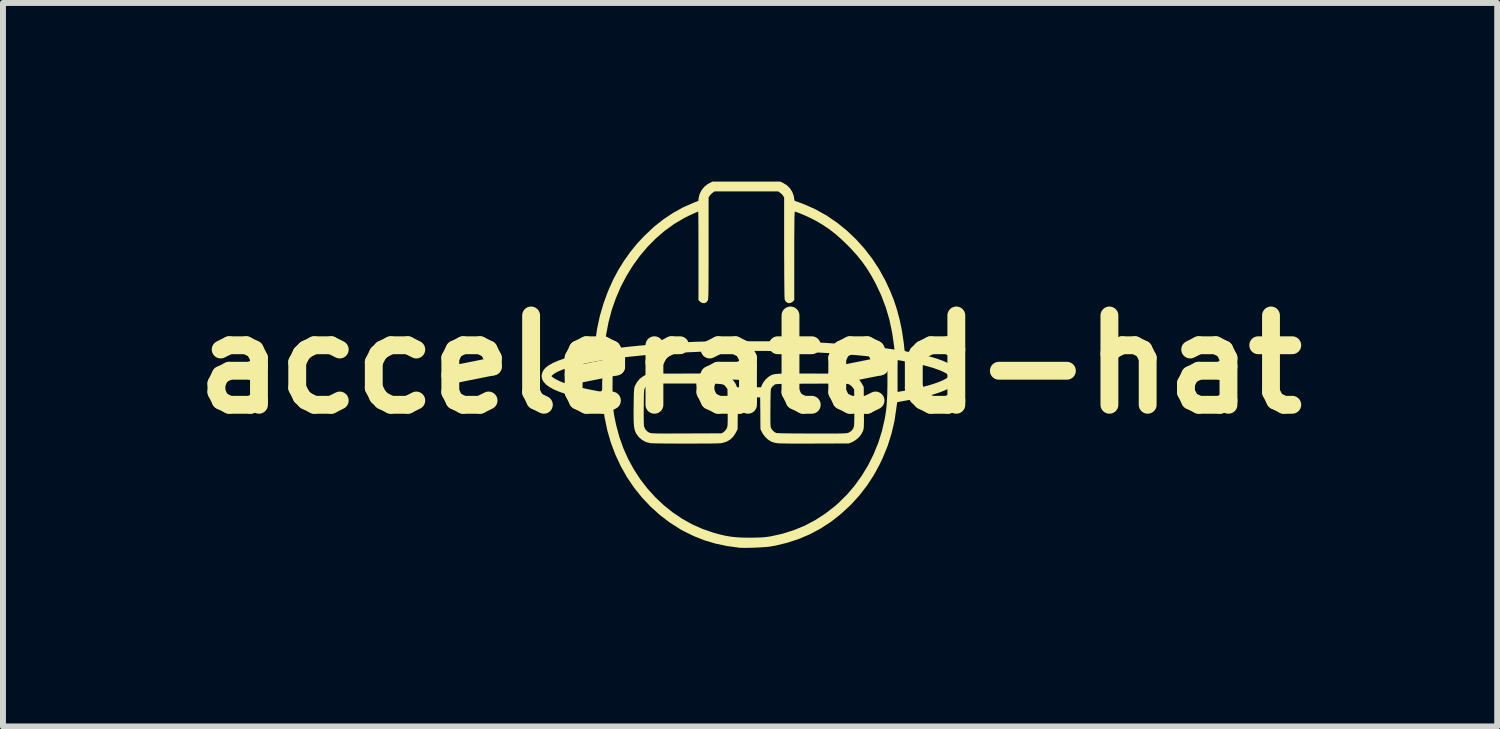
<source format=kicad_pcb>
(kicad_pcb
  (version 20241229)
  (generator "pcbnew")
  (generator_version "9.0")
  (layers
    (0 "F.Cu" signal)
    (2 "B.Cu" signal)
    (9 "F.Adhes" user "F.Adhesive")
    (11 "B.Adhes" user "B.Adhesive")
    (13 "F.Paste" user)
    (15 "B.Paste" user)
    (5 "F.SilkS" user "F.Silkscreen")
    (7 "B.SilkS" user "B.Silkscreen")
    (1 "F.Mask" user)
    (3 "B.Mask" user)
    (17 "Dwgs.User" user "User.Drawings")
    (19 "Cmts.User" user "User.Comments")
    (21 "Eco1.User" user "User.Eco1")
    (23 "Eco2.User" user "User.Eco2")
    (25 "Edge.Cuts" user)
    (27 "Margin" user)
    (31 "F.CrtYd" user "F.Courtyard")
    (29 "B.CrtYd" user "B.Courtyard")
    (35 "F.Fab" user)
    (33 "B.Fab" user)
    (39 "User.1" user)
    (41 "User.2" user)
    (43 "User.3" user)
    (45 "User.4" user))
  (footprint "accelerated-hat"
    (layer "F.Cu")
    (at 9.55 3.071)
    (property "Reference" "accelerated-hat" (at 0 0 0) (layer "F.SilkS") (effects (font (size 1.5 1.5) (thickness 0.3))))
    (attr board_only exclude_from_pos_files exclude_from_bom)
    (fp_poly (pts (xy 0.841 0.153) (xy 0.951 0.153) (xy 1.065 0.154) (xy 1.676 0.156) (xy 1.726 0.18) (xy 1.79 0.219) (xy 1.842 0.269) (xy 1.878 0.323) (xy 1.909 0.38) (xy 1.911 0.725) (xy 1.912 0.813) (xy 1.912 0.885) (xy 1.913 0.942) (xy 1.912 0.988) (xy 1.911 1.024) (xy 1.91 1.051) (xy 1.908 1.072) (xy 1.905 1.088) (xy 1.901 1.102) (xy 1.897 1.116) (xy 1.894 1.123) (xy 1.867 1.174) (xy 1.828 1.224) (xy 1.779 1.267) (xy 1.727 1.299) (xy 1.712 1.306) (xy 1.658 1.328) (xy 1.089 1.33) (xy 0.974 1.331) (xy 0.868 1.331) (xy 0.77 1.331) (xy 0.683 1.33) (xy 0.608 1.329) (xy 0.546 1.328) (xy 0.499 1.327) (xy 0.467 1.325) (xy 0.456 1.324) (xy 0.416 1.317) (xy 0.377 1.305) (xy 0.351 1.295) (xy 0.303 1.265) (xy 0.257 1.222) (xy 0.219 1.173) (xy 0.198 1.138) (xy 0.174 1.086) (xy 0.172 0.884) (xy 0.341 0.884) (xy 0.341 0.94) (xy 0.342 0.982) (xy 0.343 1.015) (xy 0.345 1.038) (xy 0.347 1.055) (xy 0.35 1.067) (xy 0.353 1.072) (xy 0.378 1.108) (xy 0.411 1.137) (xy 0.443 1.153) (xy 0.456 1.154) (xy 0.486 1.155) (xy 0.53 1.157) (xy 0.588 1.158) (xy 0.657 1.159) (xy 0.736 1.16) (xy 0.823 1.16) (xy 0.918 1.161) (xy 1.017 1.161) (xy 1.046 1.161) (xy 1.162 1.161) (xy 1.262 1.161) (xy 1.346 1.161) (xy 1.417 1.161) (xy 1.475 1.161) (xy 1.523 1.16) (xy 1.56 1.159) (xy 1.589 1.158) (xy 1.612 1.156) (xy 1.628 1.154) (xy 1.641 1.152) (xy 1.651 1.149) (xy 1.659 1.145) (xy 1.659 1.145) (xy 1.702 1.117) (xy 1.732 1.076) (xy 1.744 1.044) (xy 1.747 1.024) (xy 1.749 0.987) (xy 1.75 0.934) (xy 1.751 0.866) (xy 1.751 0.784) (xy 1.751 0.716) (xy 1.748 0.423) (xy 1.726 0.391) (xy 1.703 0.365) (xy 1.675 0.343) (xy 1.67 0.34) (xy 1.664 0.336) (xy 1.656 0.333) (xy 1.647 0.331) (xy 1.635 0.328) (xy 1.618 0.327) (xy 1.595 0.325) (xy 1.565 0.324) (xy 1.526 0.324) (xy 1.478 0.323) (xy 1.418 0.323) (xy 1.346 0.323) (xy 1.26 0.323) (xy 1.159 0.323) (xy 1.041 0.324) (xy 1.034 0.324) (xy 0.915 0.324) (xy 0.813 0.325) (xy 0.727 0.325) (xy 0.654 0.326) (xy 0.594 0.327) (xy 0.545 0.327) (xy 0.506 0.328) (xy 0.476 0.33) (xy 0.454 0.331) (xy 0.437 0.333) (xy 0.425 0.335) (xy 0.417 0.338) (xy 0.411 0.341) (xy 0.406 0.345) (xy 0.382 0.366) (xy 0.363 0.388) (xy 0.358 0.395) (xy 0.354 0.404) (xy 0.351 0.415) (xy 0.348 0.432) (xy 0.346 0.455) (xy 0.345 0.488) (xy 0.344 0.531) (xy 0.343 0.586) (xy 0.342 0.656) (xy 0.342 0.729) (xy 0.341 0.815) (xy 0.341 0.884) (xy 0.172 0.884) (xy 0.172 0.82) (xy 0.169 0.554) (xy -0.018 0.554) (xy -0.204 0.554) (xy -0.207 0.821) (xy -0.21 1.087) (xy -0.239 1.146) (xy -0.281 1.211) (xy -0.333 1.262) (xy -0.397 1.299) (xy -0.47 1.321) (xy -0.485 1.324) (xy -0.505 1.325) (xy -0.541 1.327) (xy -0.591 1.328) (xy -0.653 1.329) (xy -0.725 1.329) (xy -0.805 1.33) (xy -0.891 1.33) (xy -0.981 1.331) (xy -1.074 1.331) (xy -1.166 1.331) (xy -1.257 1.33) (xy -1.345 1.33) (xy -1.426 1.329) (xy -1.5 1.328) (xy -1.564 1.327) (xy -1.617 1.326) (xy -1.656 1.324) (xy -1.68 1.323) (xy -1.683 1.322) (xy -1.75 1.304) (xy -1.813 1.27) (xy -1.868 1.223) (xy -1.91 1.167) (xy -1.918 1.152) (xy -1.929 1.128) (xy -1.938 1.102) (xy -1.945 1.071) (xy -1.95 1.034) (xy -1.954 0.989) (xy -1.956 0.933) (xy -1.957 0.865) (xy -1.957 0.814) (xy -1.787 0.814) (xy -1.787 0.894) (xy -1.786 0.958) (xy -1.784 1.006) (xy -1.782 1.037) (xy -1.78 1.047) (xy -1.757 1.095) (xy -1.721 1.131) (xy -1.695 1.145) (xy -1.687 1.149) (xy -1.678 1.152) (xy -1.666 1.154) (xy -1.65 1.156) (xy -1.629 1.158) (xy -1.601 1.159) (xy -1.565 1.16) (xy -1.52 1.16) (xy -1.464 1.161) (xy -1.396 1.161) (xy -1.314 1.161) (xy -1.218 1.16) (xy -1.106 1.16) (xy -1.068 1.16) (xy -0.478 1.158) (xy -0.445 1.137) (xy -0.417 1.112) (xy -0.394 1.078) (xy -0.394 1.078) (xy -0.389 1.067) (xy -0.385 1.056) (xy -0.382 1.042) (xy -0.379 1.024) (xy -0.378 1) (xy -0.377 0.967) (xy -0.376 0.925) (xy -0.376 0.87) (xy -0.377 0.801) (xy -0.377 0.727) (xy -0.38 0.414) (xy -0.406 0.381) (xy -0.414 0.369) (xy -0.422 0.36) (xy -0.431 0.351) (xy -0.442 0.344) (xy -0.456 0.338) (xy -0.474 0.334) (xy -0.499 0.33) (xy -0.531 0.327) (xy -0.572 0.325) (xy -0.622 0.324) (xy -0.684 0.323) (xy -0.758 0.322) (xy -0.846 0.322) (xy -0.95 0.322) (xy -1.069 0.322) (xy -1.082 0.322) (xy -1.199 0.322) (xy -1.3 0.322) (xy -1.386 0.322) (xy -1.458 0.322) (xy -1.517 0.323) (xy -1.565 0.324) (xy -1.603 0.325) (xy -1.633 0.326) (xy -1.656 0.327) (xy -1.673 0.329) (xy -1.686 0.331) (xy -1.695 0.334) (xy -1.703 0.337) (xy -1.707 0.339) (xy -1.735 0.359) (xy -1.759 0.385) (xy -1.763 0.391) (xy -1.768 0.4) (xy -1.773 0.41) (xy -1.777 0.422) (xy -1.779 0.438) (xy -1.781 0.461) (xy -1.783 0.491) (xy -1.784 0.532) (xy -1.785 0.584) (xy -1.786 0.652) (xy -1.786 0.72) (xy -1.787 0.814) (xy -1.957 0.814) (xy -1.957 0.784) (xy -1.956 0.694) (xy -1.955 0.614) (xy -1.954 0.55) (xy -1.953 0.499) (xy -1.951 0.46) (xy -1.949 0.43) (xy -1.947 0.407) (xy -1.943 0.389) (xy -1.939 0.374) (xy -1.934 0.36) (xy -1.933 0.358) (xy -1.899 0.296) (xy -1.852 0.241) (xy -1.793 0.197) (xy -1.772 0.186) (xy -1.713 0.156) (xy -1.101 0.154) (xy -0.976 0.153) (xy -0.868 0.153) (xy -0.775 0.153) (xy -0.696 0.153) (xy -0.629 0.154) (xy -0.574 0.155) (xy -0.528 0.157) (xy -0.491 0.159) (xy -0.461 0.162) (xy -0.437 0.166) (xy -0.417 0.171) (xy -0.401 0.177) (xy -0.386 0.184) (xy -0.372 0.192) (xy -0.359 0.2) (xy -0.318 0.233) (xy -0.279 0.274) (xy -0.248 0.318) (xy -0.236 0.342) (xy -0.219 0.384) (xy -0.018 0.384) (xy 0.183 0.384) (xy 0.201 0.342) (xy 0.225 0.299) (xy 0.259 0.255) (xy 0.3 0.217) (xy 0.323 0.2) (xy 0.338 0.191) (xy 0.352 0.183) (xy 0.367 0.176) (xy 0.383 0.171) (xy 0.403 0.166) (xy 0.428 0.162) (xy 0.458 0.159) (xy 0.496 0.157) (xy 0.542 0.155) (xy 0.599 0.154) (xy 0.667 0.153) (xy 0.747 0.153)) (stroke (width 0) (type solid)) (fill yes) (layer "F.SilkS"))
    (fp_poly (pts (xy 0.556 -3.047) (xy 0.617 -3.01) (xy 0.668 -2.96) (xy 0.707 -2.9) (xy 0.732 -2.835) (xy 0.739 -2.795) (xy 0.743 -2.766) (xy 0.749 -2.75) (xy 0.76 -2.743) (xy 0.768 -2.74) (xy 0.795 -2.732) (xy 0.835 -2.717) (xy 0.883 -2.699) (xy 0.936 -2.677) (xy 0.991 -2.653) (xy 1.043 -2.63) (xy 1.089 -2.609) (xy 1.109 -2.599) (xy 1.289 -2.498) (xy 1.461 -2.381) (xy 1.623 -2.25) (xy 1.776 -2.105) (xy 1.918 -1.948) (xy 2.049 -1.779) (xy 2.167 -1.599) (xy 2.272 -1.409) (xy 2.351 -1.238) (xy 2.416 -1.076) (xy 2.469 -0.914) (xy 2.513 -0.747) (xy 2.538 -0.63) (xy 2.548 -0.581) (xy 2.557 -0.524) (xy 2.566 -0.464) (xy 2.575 -0.403) (xy 2.583 -0.346) (xy 2.588 -0.297) (xy 2.592 -0.258) (xy 2.593 -0.239) (xy 2.601 -0.225) (xy 2.613 -0.22) (xy 2.629 -0.216) (xy 2.658 -0.211) (xy 2.698 -0.203) (xy 2.743 -0.194) (xy 2.754 -0.192) (xy 2.895 -0.163) (xy 3.023 -0.131) (xy 3.137 -0.097) (xy 3.237 -0.061) (xy 3.321 -0.024) (xy 3.39 0.015) (xy 3.442 0.055) (xy 3.478 0.095) (xy 3.482 0.101) (xy 3.505 0.155) (xy 3.511 0.206) (xy 3.5 0.255) (xy 3.473 0.301) (xy 3.428 0.346) (xy 3.365 0.389) (xy 3.286 0.43) (xy 3.189 0.469) (xy 3.075 0.506) (xy 2.943 0.541) (xy 2.793 0.575) (xy 2.626 0.606) (xy 2.62 0.607) (xy 2.571 0.616) (xy 2.529 0.624) (xy 2.497 0.63) (xy 2.477 0.635) (xy 2.472 0.636) (xy 2.469 0.646) (xy 2.466 0.67) (xy 2.461 0.704) (xy 2.458 0.729) (xy 2.426 0.947) (xy 2.377 1.158) (xy 2.312 1.365) (xy 2.229 1.569) (xy 2.18 1.672) (xy 2.078 1.861) (xy 1.962 2.038) (xy 1.834 2.203) (xy 1.691 2.36) (xy 1.681 2.369) (xy 1.524 2.514) (xy 1.36 2.643) (xy 1.188 2.755) (xy 1.008 2.852) (xy 0.82 2.932) (xy 0.625 2.996) (xy 0.422 3.045) (xy 0.322 3.062) (xy 0.285 3.066) (xy 0.234 3.07) (xy 0.175 3.074) (xy 0.109 3.077) (xy 0.041 3.08) (xy -0.025 3.081) (xy -0.086 3.082) (xy -0.137 3.081) (xy -0.175 3.08) (xy -0.183 3.079) (xy -0.388 3.051) (xy -0.582 3.01) (xy -0.767 2.955) (xy -0.944 2.885) (xy -1.115 2.801) (xy -1.175 2.768) (xy -1.353 2.654) (xy -1.519 2.527) (xy -1.674 2.387) (xy -1.817 2.235) (xy -1.948 2.072) (xy -2.066 1.898) (xy -2.17 1.714) (xy -2.261 1.521) (xy -2.337 1.32) (xy -2.398 1.111) (xy -2.443 0.896) (xy -2.464 0.754) (xy -2.479 0.628) (xy -2.525 0.622) (xy -2.567 0.615) (xy -2.622 0.606) (xy -2.686 0.594) (xy -2.754 0.58) (xy -2.823 0.566) (xy -2.888 0.552) (xy -2.944 0.539) (xy -2.959 0.535) (xy -3.088 0.5) (xy -3.199 0.462) (xy -3.293 0.423) (xy -3.37 0.381) (xy -3.429 0.337) (xy -3.471 0.29) (xy -3.496 0.242) (xy -3.502 0.197) (xy -3.335 0.197) (xy -3.327 0.208) (xy -3.306 0.224) (xy -3.274 0.243) (xy -3.235 0.264) (xy -3.192 0.285) (xy -3.158 0.299) (xy -3.11 0.316) (xy -3.048 0.335) (xy -2.975 0.356) (xy -2.895 0.377) (xy -2.812 0.397) (xy -2.73 0.415) (xy -2.651 0.431) (xy -2.646 0.432) (xy -2.589 0.443) (xy -2.547 0.451) (xy -2.518 0.454) (xy -2.5 0.45) (xy -2.49 0.439) (xy -2.485 0.42) (xy -2.485 0.397) (xy -2.311 0.397) (xy -2.31 0.487) (xy -2.309 0.563) (xy -2.307 0.629) (xy -2.304 0.688) (xy -2.299 0.741) (xy -2.293 0.792) (xy -2.286 0.842) (xy -2.276 0.896) (xy -2.264 0.954) (xy -2.249 1.02) (xy -2.249 1.024) (xy -2.196 1.219) (xy -2.129 1.409) (xy -2.047 1.591) (xy -1.952 1.765) (xy -1.844 1.931) (xy -1.724 2.086) (xy -1.592 2.232) (xy -1.451 2.365) (xy -1.3 2.486) (xy -1.14 2.594) (xy -0.972 2.687) (xy -0.797 2.765) (xy -0.616 2.827) (xy -0.609 2.829) (xy -0.508 2.857) (xy -0.416 2.878) (xy -0.328 2.893) (xy -0.238 2.903) (xy -0.143 2.909) (xy -0.038 2.911) (xy 0.031 2.911) (xy 0.109 2.909) (xy 0.172 2.907) (xy 0.226 2.904) (xy 0.273 2.899) (xy 0.317 2.893) (xy 0.348 2.888) (xy 0.546 2.844) (xy 0.736 2.784) (xy 0.92 2.708) (xy 1.096 2.615) (xy 1.264 2.506) (xy 1.425 2.381) (xy 1.486 2.327) (xy 1.628 2.187) (xy 1.759 2.033) (xy 1.877 1.868) (xy 1.983 1.693) (xy 2.075 1.508) (xy 2.153 1.317) (xy 2.215 1.119) (xy 2.257 0.938) (xy 2.27 0.869) (xy 2.28 0.802) (xy 2.289 0.733) (xy 2.295 0.662) (xy 2.3 0.585) (xy 2.304 0.499) (xy 2.306 0.402) (xy 2.307 0.291) (xy 2.307 0.234) (xy 2.307 0.196) (xy 2.477 0.196) (xy 2.477 0.463) (xy 2.599 0.441) (xy 2.657 0.431) (xy 2.719 0.419) (xy 2.779 0.407) (xy 2.825 0.397) (xy 2.923 0.373) (xy 3.015 0.348) (xy 3.1 0.321) (xy 3.175 0.294) (xy 3.238 0.267) (xy 3.287 0.242) (xy 3.321 0.218) (xy 3.324 0.215) (xy 3.338 0.2) (xy 3.339 0.19) (xy 3.33 0.179) (xy 3.303 0.156) (xy 3.26 0.132) (xy 3.203 0.106) (xy 3.135 0.08) (xy 3.058 0.054) (xy 2.973 0.03) (xy 2.912 0.014) (xy 2.877 0.006) (xy 2.832 -0.004) (xy 2.78 -0.015) (xy 2.724 -0.026) (xy 2.668 -0.038) (xy 2.613 -0.048) (xy 2.564 -0.058) (xy 2.524 -0.065) (xy 2.494 -0.07) (xy 2.48 -0.072) (xy 2.479 -0.063) (xy 2.478 -0.039) (xy 2.478 -0.001) (xy 2.477 0.048) (xy 2.477 0.106) (xy 2.477 0.171) (xy 2.477 0.196) (xy 2.307 0.196) (xy 2.307 -0.096) (xy 2.264 -0.102) (xy 2.057 -0.128) (xy 1.834 -0.151) (xy 1.598 -0.171) (xy 1.349 -0.188) (xy 1.09 -0.202) (xy 0.823 -0.213) (xy 0.55 -0.221) (xy 0.272 -0.226) (xy -0.008 -0.227) (xy -0.29 -0.226) (xy -0.569 -0.22) (xy -0.846 -0.212) (xy -1.118 -0.2) (xy -1.383 -0.185) (xy -1.413 -0.183) (xy -1.489 -0.178) (xy -1.57 -0.171) (xy -1.656 -0.164) (xy -1.743 -0.157) (xy -1.83 -0.149) (xy -1.916 -0.14) (xy -1.997 -0.132) (xy -2.073 -0.124) (xy -2.142 -0.117) (xy -2.201 -0.11) (xy -2.248 -0.104) (xy -2.283 -0.098) (xy -2.303 -0.094) (xy -2.306 -0.093) (xy -2.307 -0.083) (xy -2.308 -0.058) (xy -2.308 -0.018) (xy -2.309 0.034) (xy -2.31 0.096) (xy -2.31 0.167) (xy -2.31 0.245) (xy -2.31 0.293) (xy -2.311 0.397) (xy -2.485 0.397) (xy -2.484 0.39) (xy -2.485 0.348) (xy -2.485 0.338) (xy -2.484 0.284) (xy -2.482 0.219) (xy -2.481 0.152) (xy -2.478 0.088) (xy -2.478 0.074) (xy -2.476 0.025) (xy -2.474 -0.017) (xy -2.473 -0.049) (xy -2.473 -0.067) (xy -2.473 -0.072) (xy -2.482 -0.07) (xy -2.505 -0.066) (xy -2.54 -0.06) (xy -2.585 -0.052) (xy -2.625 -0.044) (xy -2.747 -0.021) (xy -2.863 0.005) (xy -2.969 0.032) (xy -3.065 0.059) (xy -3.147 0.087) (xy -3.215 0.115) (xy -3.232 0.123) (xy -3.268 0.142) (xy -3.299 0.162) (xy -3.322 0.181) (xy -3.334 0.194) (xy -3.335 0.197) (xy -3.502 0.197) (xy -3.503 0.192) (xy -3.492 0.141) (xy -3.47 0.096) (xy -3.434 0.055) (xy -3.382 0.015) (xy -3.312 -0.024) (xy -3.225 -0.062) (xy -3.122 -0.098) (xy -3.002 -0.133) (xy -2.868 -0.166) (xy -2.743 -0.193) (xy -2.62 -0.217) (xy -2.616 -0.254) (xy -2.616 -0.255) (xy -2.448 -0.255) (xy -2.445 -0.246) (xy -2.439 -0.246) (xy -2.427 -0.248) (xy -2.4 -0.252) (xy -2.361 -0.257) (xy -2.311 -0.264) (xy -2.254 -0.271) (xy -2.208 -0.277) (xy -2.028 -0.298) (xy -1.844 -0.316) (xy -1.653 -0.333) (xy -1.453 -0.349) (xy -1.241 -0.362) (xy -1.015 -0.375) (xy -0.966 -0.378) (xy -0.908 -0.38) (xy -0.835 -0.382) (xy -0.748 -0.384) (xy -0.649 -0.385) (xy -0.54 -0.387) (xy -0.423 -0.388) (xy -0.3 -0.388) (xy -0.173 -0.389) (xy -0.043 -0.389) (xy 0.088 -0.389) (xy 0.218 -0.389) (xy 0.344 -0.388) (xy 0.466 -0.388) (xy 0.58 -0.386) (xy 0.687 -0.385) (xy 0.782 -0.384) (xy 0.865 -0.382) (xy 0.934 -0.38) (xy 0.983 -0.377) (xy 1.185 -0.366) (xy 1.37 -0.354) (xy 1.541 -0.342) (xy 1.7 -0.33) (xy 1.85 -0.317) (xy 1.991 -0.303) (xy 2.126 -0.288) (xy 2.181 -0.281) (xy 2.239 -0.274) (xy 2.292 -0.268) (xy 2.337 -0.262) (xy 2.372 -0.257) (xy 2.393 -0.254) (xy 2.395 -0.253) (xy 2.425 -0.248) (xy 2.419 -0.305) (xy 2.386 -0.533) (xy 2.34 -0.752) (xy 2.278 -0.961) (xy 2.201 -1.163) (xy 2.115 -1.346) (xy 2.041 -1.483) (xy 1.965 -1.607) (xy 1.884 -1.722) (xy 1.795 -1.833) (xy 1.695 -1.943) (xy 1.632 -2.007) (xy 1.526 -2.109) (xy 1.424 -2.198) (xy 1.322 -2.276) (xy 1.217 -2.346) (xy 1.105 -2.412) (xy 1.041 -2.445) (xy 1.003 -2.464) (xy 0.958 -2.485) (xy 0.911 -2.506) (xy 0.864 -2.525) (xy 0.822 -2.543) (xy 0.786 -2.556) (xy 0.761 -2.564) (xy 0.752 -2.566) (xy 0.75 -2.559) (xy 0.748 -2.54) (xy 0.747 -2.506) (xy 0.745 -2.458) (xy 0.744 -2.395) (xy 0.744 -2.317) (xy 0.743 -2.223) (xy 0.742 -2.113) (xy 0.742 -1.986) (xy 0.742 -1.841) (xy 0.742 -1.823) (xy 0.742 -1.08) (xy 0.716 -1.054) (xy 0.685 -1.034) (xy 0.651 -1.028) (xy 0.62 -1.038) (xy 0.595 -1.061) (xy 0.581 -1.089) (xy 0.58 -1.105) (xy 0.578 -1.137) (xy 0.577 -1.187) (xy 0.576 -1.254) (xy 0.575 -1.337) (xy 0.574 -1.435) (xy 0.573 -1.549) (xy 0.573 -1.679) (xy 0.572 -1.823) (xy 0.572 -1.963) (xy 0.572 -2.805) (xy 0.552 -2.835) (xy 0.53 -2.861) (xy 0.504 -2.884) (xy 0.501 -2.885) (xy 0.471 -2.906) (xy -0.063 -2.906) (xy -0.596 -2.906) (xy -0.627 -2.885) (xy -0.653 -2.863) (xy -0.675 -2.837) (xy -0.677 -2.835) (xy -0.697 -2.805) (xy -0.697 -1.952) (xy -0.697 -1.807) (xy -0.697 -1.679) (xy -0.698 -1.567) (xy -0.698 -1.47) (xy -0.698 -1.387) (xy -0.699 -1.316) (xy -0.699 -1.256) (xy -0.7 -1.207) (xy -0.701 -1.168) (xy -0.703 -1.137) (xy -0.704 -1.113) (xy -0.706 -1.096) (xy -0.707 -1.084) (xy -0.71 -1.076) (xy -0.711 -1.073) (xy -0.734 -1.043) (xy -0.765 -1.029) (xy -0.799 -1.03) (xy -0.832 -1.046) (xy -0.841 -1.054) (xy -0.867 -1.08) (xy -0.867 -1.823) (xy -0.867 -1.937) (xy -0.867 -2.045) (xy -0.868 -2.147) (xy -0.868 -2.24) (xy -0.868 -2.325) (xy -0.869 -2.399) (xy -0.869 -2.461) (xy -0.87 -2.51) (xy -0.87 -2.544) (xy -0.871 -2.563) (xy -0.871 -2.566) (xy -0.883 -2.562) (xy -0.908 -2.552) (xy -0.942 -2.537) (xy -0.982 -2.519) (xy -1.023 -2.5) (xy -1.064 -2.48) (xy -1.1 -2.462) (xy -1.109 -2.457) (xy -1.275 -2.359) (xy -1.433 -2.245) (xy -1.582 -2.117) (xy -1.722 -1.976) (xy -1.851 -1.823) (xy -1.97 -1.659) (xy -2.077 -1.485) (xy -2.173 -1.302) (xy -2.255 -1.111) (xy -2.324 -0.914) (xy -2.378 -0.71) (xy -2.418 -0.501) (xy -2.431 -0.402) (xy -2.436 -0.36) (xy -2.441 -0.32) (xy -2.445 -0.288) (xy -2.446 -0.279) (xy -2.448 -0.255) (xy -2.616 -0.255) (xy -2.613 -0.279) (xy -2.609 -0.315) (xy -2.604 -0.358) (xy -2.601 -0.384) (xy -2.57 -0.599) (xy -2.524 -0.813) (xy -2.462 -1.024) (xy -2.387 -1.229) (xy -2.299 -1.426) (xy -2.218 -1.578) (xy -2.118 -1.74) (xy -2.012 -1.889) (xy -1.897 -2.03) (xy -1.769 -2.167) (xy -1.766 -2.169) (xy -1.615 -2.311) (xy -1.458 -2.435) (xy -1.295 -2.544) (xy -1.126 -2.638) (xy -0.948 -2.716) (xy -0.933 -2.722) (xy -0.869 -2.747) (xy -0.864 -2.797) (xy -0.847 -2.864) (xy -0.815 -2.927) (xy -0.77 -2.983) (xy -0.713 -3.028) (xy -0.68 -3.047) (xy -0.63 -3.071) (xy -0.063 -3.071) (xy 0.505 -3.071)) (stroke (width 0) (type solid)) (fill yes) (layer "F.SilkS")))
  (gr_rect
    (start -3 -3)
    (end 22.1 9.153)
    (stroke (width 0.1) (type default))
    (fill no)
    (layer "Edge.Cuts")))
</source>
